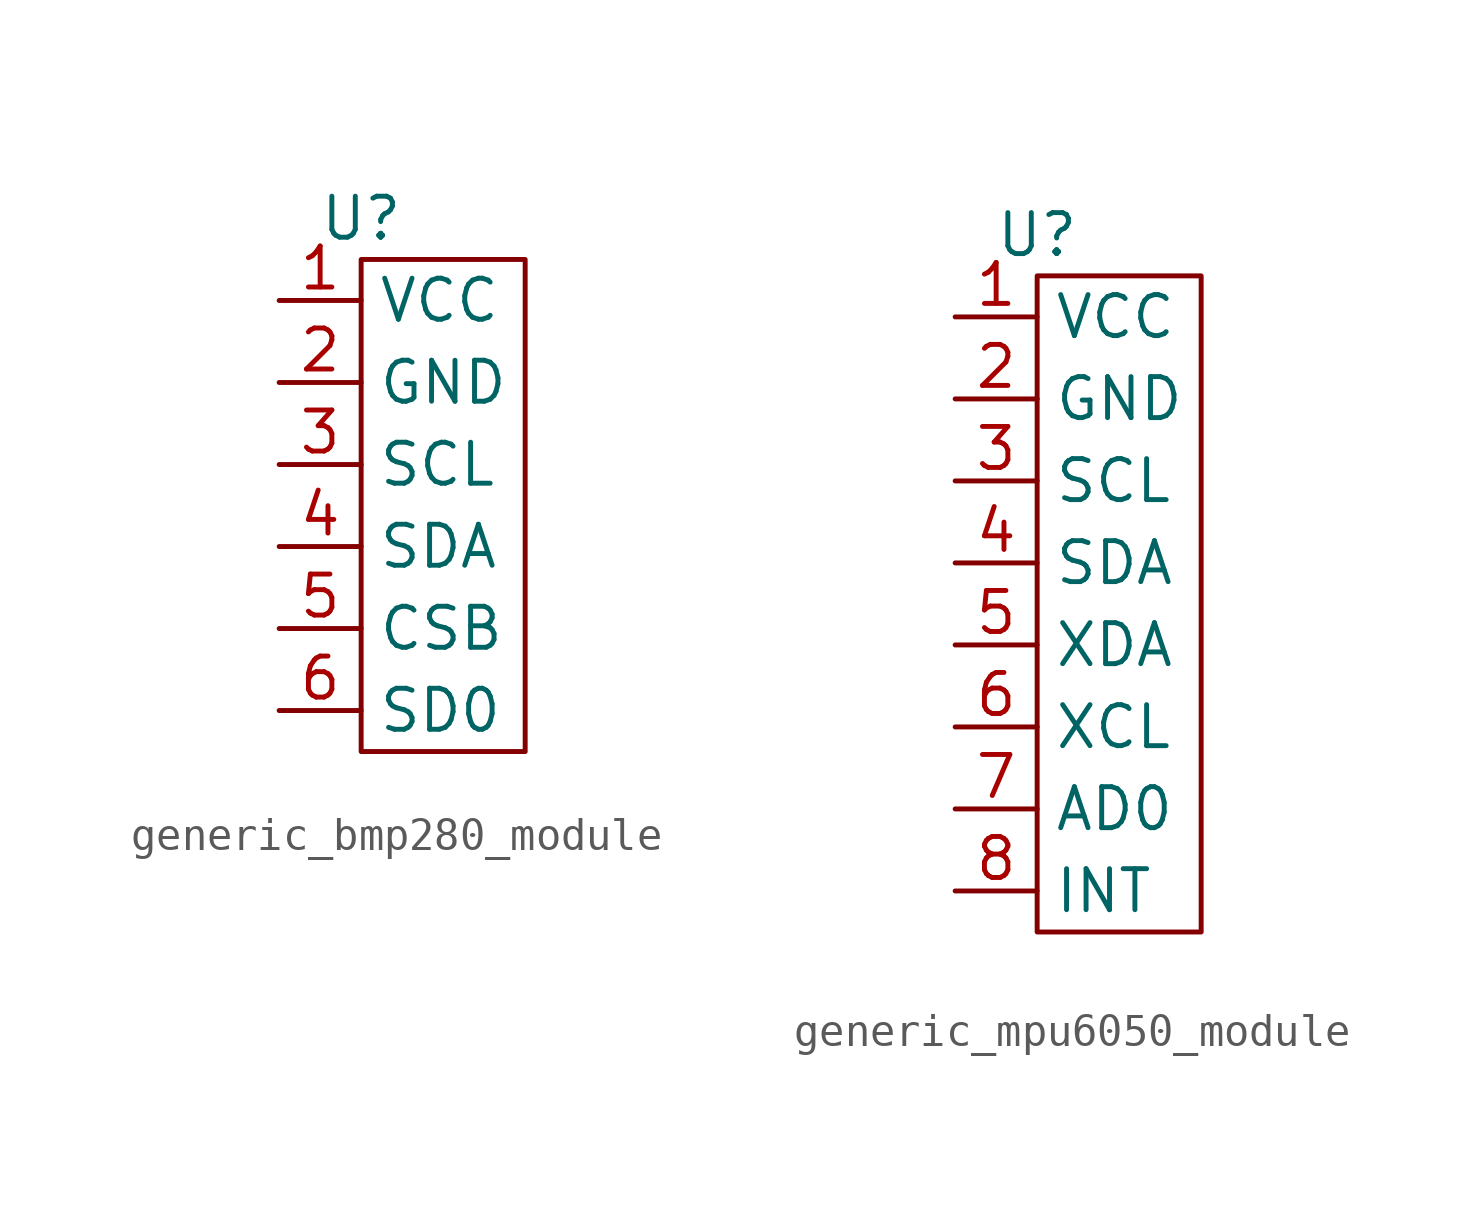
<source format=kicad_sym>
(kicad_symbol_lib
  (version 20231120)
  (generator "kicad_symbol_editor")
  (generator_version "8.0")
  (symbol "generic_bmp280_module"
    (property "Reference" "U"
      (at 0 0 0)
      (effects (font (size 1.27 1.27))))
    (property "Value" ""
      (at 0 0 0)
      (effects (font (size 1.27 1.27))))
    (symbol "generic_bmp280_module_0_1"
      (rectangle (start 0 -1.27) (end 5.08 -16.51) (stroke (width 0) (type default)) (fill (type none))))
    (symbol "generic_bmp280_module_1_1"
      (pin passive line (at -2.54 -2.54 0) (length 2.54) (name "VCC" (effects (font (size 1.27 1.27)))) (number "1" (effects (font (size 1.27 1.27)))))
      (pin passive line (at -2.54 -5.08 0) (length 2.54) (name "GND" (effects (font (size 1.27 1.27)))) (number "2" (effects (font (size 1.27 1.27)))))
      (pin passive line (at -2.54 -7.62 0) (length 2.54) (name "SCL" (effects (font (size 1.27 1.27)))) (number "3" (effects (font (size 1.27 1.27)))))
      (pin passive line (at -2.54 -10.16 0) (length 2.54) (name "SDA" (effects (font (size 1.27 1.27)))) (number "4" (effects (font (size 1.27 1.27)))))
      (pin passive line (at -2.54 -12.7 0) (length 2.54) (name "CSB" (effects (font (size 1.27 1.27)))) (number "5" (effects (font (size 1.27 1.27)))))
      (pin passive line (at -2.54 -15.24 0) (length 2.54) (name "SD0" (effects (font (size 1.27 1.27)))) (number "6" (effects (font (size 1.27 1.27)))))))
  (symbol "generic_mpu6050_module"
    (property "Reference" "U"
      (at 0 0 0)
      (effects (font (size 1.27 1.27))))
    (property "Value" ""
      (at 0 0 0)
      (effects (font (size 1.27 1.27))))
    (symbol "generic_mpu6050_module_0_1"
      (rectangle (start 0 -1.27) (end 5.08 -21.59) (stroke (width 0) (type default)) (fill (type none))))
    (symbol "generic_mpu6050_module_1_1"
      (pin passive line (at -2.54 -2.54 0) (length 2.54) (name "VCC" (effects (font (size 1.27 1.27)))) (number "1" (effects (font (size 1.27 1.27)))))
      (pin passive line (at -2.54 -5.08 0) (length 2.54) (name "GND" (effects (font (size 1.27 1.27)))) (number "2" (effects (font (size 1.27 1.27)))))
      (pin passive line (at -2.54 -7.62 0) (length 2.54) (name "SCL" (effects (font (size 1.27 1.27)))) (number "3" (effects (font (size 1.27 1.27)))))
      (pin passive line (at -2.54 -10.16 0) (length 2.54) (name "SDA" (effects (font (size 1.27 1.27)))) (number "4" (effects (font (size 1.27 1.27)))))
      (pin passive line (at -2.54 -12.7 0) (length 2.54) (name "XDA" (effects (font (size 1.27 1.27)))) (number "5" (effects (font (size 1.27 1.27)))))
      (pin passive line (at -2.54 -15.24 0) (length 2.54) (name "XCL" (effects (font (size 1.27 1.27)))) (number "6" (effects (font (size 1.27 1.27)))))
      (pin passive line (at -2.54 -17.78 0) (length 2.54) (name "AD0" (effects (font (size 1.27 1.27)))) (number "7" (effects (font (size 1.27 1.27)))))
      (pin passive line (at -2.54 -20.32 0) (length 2.54) (name "INT" (effects (font (size 1.27 1.27)))) (number "8" (effects (font (size 1.27 1.27))))))))
</source>
